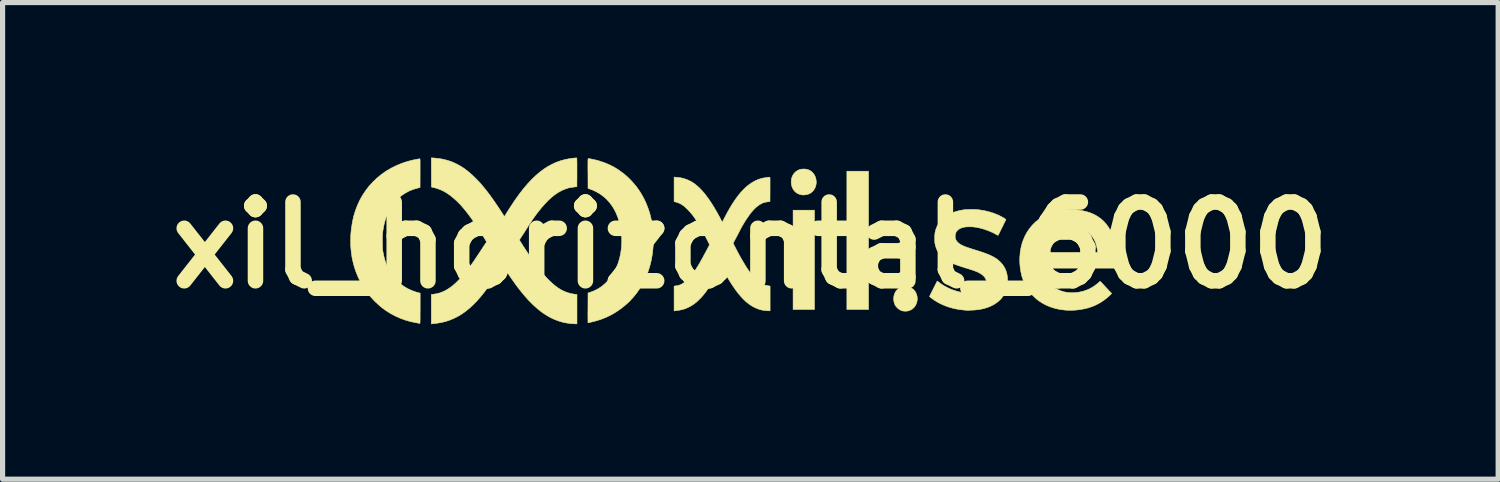
<source format=kicad_pcb>
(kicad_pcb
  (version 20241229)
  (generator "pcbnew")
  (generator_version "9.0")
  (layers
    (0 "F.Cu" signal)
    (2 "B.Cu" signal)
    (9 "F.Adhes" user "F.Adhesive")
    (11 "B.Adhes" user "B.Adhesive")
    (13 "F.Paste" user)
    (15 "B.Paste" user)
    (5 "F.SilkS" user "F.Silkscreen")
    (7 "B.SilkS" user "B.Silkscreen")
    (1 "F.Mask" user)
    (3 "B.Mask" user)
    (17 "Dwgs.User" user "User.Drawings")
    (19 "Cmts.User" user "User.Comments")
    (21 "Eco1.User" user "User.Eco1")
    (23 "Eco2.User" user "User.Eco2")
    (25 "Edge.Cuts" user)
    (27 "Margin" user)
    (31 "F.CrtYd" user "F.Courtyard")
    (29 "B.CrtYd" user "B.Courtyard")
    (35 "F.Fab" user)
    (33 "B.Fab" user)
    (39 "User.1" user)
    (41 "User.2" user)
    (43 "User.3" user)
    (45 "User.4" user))
  (footprint "xil_horizontal_6000"
    (layer "F.Cu")
    (at 11.474 1.695)
    (property "Reference" "xil_horizontal_6000" (at 0 0 0) (layer "F.SilkS") (effects (font (size 1.524 1.524) (thickness 0.3))))
    (attr through_hole)
    (fp_poly (pts (xy 1.24 1.245) (xy 0.826 1.245) (xy 0.826 -0.677) (xy 1.24 -0.677) (xy 1.24 1.245)) (stroke (width 0.01) (type solid)) (fill yes) (layer "F.SilkS"))
    (fp_poly (pts (xy 2.286 1.245) (xy 1.867 1.245) (xy 1.867 -1.431) (xy 2.286 -1.431) (xy 2.286 1.245)) (stroke (width 0.01) (type solid)) (fill yes) (layer "F.SilkS"))
    (fp_poly (pts (xy 3.021 0.801) (xy 3.059 0.807) (xy 3.096 0.82) (xy 3.13 0.838) (xy 3.161 0.863) (xy 3.186 0.893) (xy 3.202 0.92) (xy 3.219 0.961) (xy 3.228 1.004) (xy 3.23 1.046) (xy 3.225 1.087) (xy 3.214 1.127) (xy 3.197 1.163) (xy 3.175 1.196) (xy 3.147 1.225) (xy 3.115 1.248) (xy 3.078 1.265) (xy 3.055 1.272) (xy 3.027 1.277) (xy 2.995 1.278) (xy 2.965 1.276) (xy 2.942 1.272) (xy 2.909 1.26) (xy 2.88 1.244) (xy 2.852 1.222) (xy 2.843 1.213) (xy 2.819 1.187) (xy 2.802 1.162) (xy 2.79 1.135) (xy 2.781 1.107) (xy 2.773 1.061) (xy 2.773 1.017) (xy 2.78 0.973) (xy 2.793 0.933) (xy 2.813 0.896) (xy 2.838 0.865) (xy 2.87 0.839) (xy 2.905 0.819) (xy 2.943 0.807) (xy 2.982 0.8) (xy 3.021 0.801)) (stroke (width 0.01) (type solid)) (fill yes) (layer "F.SilkS"))
    (fp_poly (pts (xy 1.076 -1.471) (xy 1.117 -1.461) (xy 1.154 -1.444) (xy 1.188 -1.42) (xy 1.203 -1.406) (xy 1.23 -1.373) (xy 1.251 -1.335) (xy 1.265 -1.295) (xy 1.273 -1.253) (xy 1.275 -1.209) (xy 1.27 -1.167) (xy 1.258 -1.125) (xy 1.239 -1.087) (xy 1.215 -1.052) (xy 1.211 -1.048) (xy 1.196 -1.034) (xy 1.18 -1.02) (xy 1.166 -1.009) (xy 1.166 -1.009) (xy 1.133 -0.992) (xy 1.095 -0.98) (xy 1.055 -0.973) (xy 1.015 -0.971) (xy 0.99 -0.974) (xy 0.95 -0.984) (xy 0.91 -1.002) (xy 0.893 -1.012) (xy 0.862 -1.038) (xy 0.835 -1.07) (xy 0.815 -1.106) (xy 0.8 -1.145) (xy 0.792 -1.186) (xy 0.789 -1.228) (xy 0.793 -1.271) (xy 0.803 -1.312) (xy 0.82 -1.351) (xy 0.842 -1.385) (xy 0.873 -1.418) (xy 0.908 -1.443) (xy 0.946 -1.461) (xy 0.989 -1.471) (xy 1.031 -1.474) (xy 1.076 -1.471)) (stroke (width 0.01) (type solid)) (fill yes) (layer "F.SilkS"))
    (fp_poly (pts (xy -3.128 -1.675) (xy -3.112 -1.673) (xy -3.091 -1.669) (xy -3.066 -1.664) (xy -3.039 -1.658) (xy -3.011 -1.652) (xy -2.984 -1.646) (xy -2.96 -1.64) (xy -2.939 -1.634) (xy -2.932 -1.632) (xy -2.827 -1.597) (xy -2.727 -1.555) (xy -2.632 -1.506) (xy -2.541 -1.449) (xy -2.454 -1.385) (xy -2.372 -1.314) (xy -2.295 -1.237) (xy -2.222 -1.152) (xy -2.193 -1.115) (xy -2.13 -1.023) (xy -2.074 -0.927) (xy -2.024 -0.825) (xy -1.982 -0.719) (xy -1.946 -0.609) (xy -1.918 -0.494) (xy -1.896 -0.376) (xy -1.89 -0.33) (xy -1.887 -0.303) (xy -1.885 -0.269) (xy -1.883 -0.231) (xy -1.882 -0.188) (xy -1.881 -0.144) (xy -1.88 -0.099) (xy -1.88 -0.057) (xy -1.881 -0.017) (xy -1.882 0.018) (xy -1.884 0.045) (xy -1.897 0.168) (xy -1.918 0.288) (xy -1.946 0.403) (xy -1.981 0.514) (xy -2.023 0.621) (xy -2.073 0.723) (xy -2.129 0.821) (xy -2.192 0.914) (xy -2.262 1.002) (xy -2.338 1.085) (xy -2.341 1.088) (xy -2.421 1.161) (xy -2.506 1.229) (xy -2.596 1.291) (xy -2.689 1.346) (xy -2.786 1.394) (xy -2.886 1.434) (xy -2.968 1.46) (xy -2.982 1.464) (xy -3.001 1.469) (xy -3.023 1.475) (xy -3.047 1.481) (xy -3.071 1.487) (xy -3.095 1.492) (xy -3.115 1.497) (xy -3.131 1.5) (xy -3.141 1.502) (xy -3.144 1.503) (xy -3.144 1.499) (xy -3.144 1.487) (xy -3.144 1.468) (xy -3.144 1.442) (xy -3.145 1.411) (xy -3.145 1.375) (xy -3.145 1.335) (xy -3.145 1.291) (xy -3.144 1.243) (xy -3.144 1.215) (xy -3.143 0.926) (xy -3.094 0.91) (xy -3.02 0.881) (xy -2.949 0.845) (xy -2.882 0.801) (xy -2.82 0.75) (xy -2.762 0.693) (xy -2.709 0.629) (xy -2.661 0.56) (xy -2.618 0.484) (xy -2.597 0.441) (xy -2.561 0.35) (xy -2.532 0.255) (xy -2.511 0.157) (xy -2.497 0.056) (xy -2.491 -0.047) (xy -2.492 -0.153) (xy -2.5 -0.25) (xy -2.515 -0.348) (xy -2.536 -0.441) (xy -2.563 -0.529) (xy -2.596 -0.613) (xy -2.635 -0.691) (xy -2.679 -0.763) (xy -2.73 -0.829) (xy -2.785 -0.89) (xy -2.847 -0.944) (xy -2.913 -0.993) (xy -2.984 -1.034) (xy -3.06 -1.069) (xy -3.088 -1.079) (xy -3.143 -1.099) (xy -3.144 -1.388) (xy -3.145 -1.444) (xy -3.145 -1.493) (xy -3.145 -1.534) (xy -3.145 -1.569) (xy -3.145 -1.597) (xy -3.145 -1.62) (xy -3.144 -1.638) (xy -3.144 -1.652) (xy -3.143 -1.662) (xy -3.142 -1.669) (xy -3.141 -1.673) (xy -3.14 -1.675) (xy -3.139 -1.676) (xy -3.137 -1.676) (xy -3.128 -1.675)) (stroke (width 0.01) (type solid)) (fill yes) (layer "F.SilkS"))
    (fp_poly (pts (xy -6.398 -1.672) (xy -6.397 -1.67) (xy -6.396 -1.667) (xy -6.395 -1.662) (xy -6.394 -1.653) (xy -6.394 -1.641) (xy -6.393 -1.625) (xy -6.393 -1.604) (xy -6.393 -1.578) (xy -6.393 -1.546) (xy -6.393 -1.508) (xy -6.393 -1.462) (xy -6.393 -1.409) (xy -6.393 -1.394) (xy -6.394 -1.116) (xy -6.449 -1.102) (xy -6.531 -1.078) (xy -6.609 -1.046) (xy -6.681 -1.007) (xy -6.749 -0.962) (xy -6.812 -0.909) (xy -6.87 -0.85) (xy -6.922 -0.785) (xy -6.97 -0.713) (xy -7.01 -0.637) (xy -7.037 -0.575) (xy -7.061 -0.51) (xy -7.081 -0.44) (xy -7.098 -0.365) (xy -7.112 -0.283) (xy -7.117 -0.25) (xy -7.119 -0.229) (xy -7.121 -0.201) (xy -7.122 -0.168) (xy -7.123 -0.131) (xy -7.123 -0.092) (xy -7.123 -0.052) (xy -7.122 -0.013) (xy -7.121 0.024) (xy -7.12 0.058) (xy -7.118 0.086) (xy -7.116 0.107) (xy -7.115 0.109) (xy -7.097 0.206) (xy -7.072 0.297) (xy -7.042 0.383) (xy -7.004 0.463) (xy -6.961 0.538) (xy -6.911 0.608) (xy -6.854 0.673) (xy -6.839 0.688) (xy -6.777 0.745) (xy -6.711 0.795) (xy -6.641 0.837) (xy -6.567 0.873) (xy -6.487 0.902) (xy -6.455 0.912) (xy -6.392 0.929) (xy -6.392 1.222) (xy -6.392 1.271) (xy -6.393 1.318) (xy -6.393 1.361) (xy -6.393 1.4) (xy -6.393 1.435) (xy -6.394 1.464) (xy -6.394 1.487) (xy -6.395 1.504) (xy -6.395 1.513) (xy -6.396 1.515) (xy -6.401 1.514) (xy -6.412 1.512) (xy -6.43 1.509) (xy -6.451 1.505) (xy -6.469 1.502) (xy -6.577 1.48) (xy -6.68 1.45) (xy -6.779 1.414) (xy -6.876 1.371) (xy -6.97 1.32) (xy -6.981 1.313) (xy -7.054 1.267) (xy -7.123 1.217) (xy -7.189 1.162) (xy -7.255 1.101) (xy -7.275 1.082) (xy -7.352 0.999) (xy -7.422 0.91) (xy -7.486 0.817) (xy -7.544 0.718) (xy -7.594 0.616) (xy -7.637 0.509) (xy -7.673 0.399) (xy -7.701 0.285) (xy -7.711 0.237) (xy -7.726 0.13) (xy -7.736 0.018) (xy -7.738 -0.095) (xy -7.734 -0.21) (xy -7.723 -0.324) (xy -7.705 -0.437) (xy -7.682 -0.547) (xy -7.679 -0.559) (xy -7.646 -0.667) (xy -7.606 -0.772) (xy -7.56 -0.872) (xy -7.506 -0.968) (xy -7.445 -1.059) (xy -7.379 -1.145) (xy -7.305 -1.225) (xy -7.226 -1.3) (xy -7.141 -1.37) (xy -7.051 -1.433) (xy -6.955 -1.49) (xy -6.854 -1.54) (xy -6.787 -1.568) (xy -6.727 -1.591) (xy -6.663 -1.612) (xy -6.601 -1.63) (xy -6.579 -1.636) (xy -6.561 -1.64) (xy -6.539 -1.645) (xy -6.515 -1.651) (xy -6.489 -1.656) (xy -6.464 -1.661) (xy -6.441 -1.665) (xy -6.422 -1.669) (xy -6.407 -1.671) (xy -6.4 -1.672) (xy -6.398 -1.672)) (stroke (width 0.01) (type solid)) (fill yes) (layer "F.SilkS"))
    (fp_poly (pts (xy 6.232 -0.689) (xy 6.327 -0.682) (xy 6.418 -0.669) (xy 6.502 -0.65) (xy 6.581 -0.625) (xy 6.654 -0.593) (xy 6.721 -0.555) (xy 6.783 -0.511) (xy 6.839 -0.461) (xy 6.89 -0.404) (xy 6.935 -0.341) (xy 6.974 -0.271) (xy 6.978 -0.265) (xy 7.008 -0.197) (xy 7.033 -0.126) (xy 7.054 -0.049) (xy 7.07 0.033) (xy 7.082 0.122) (xy 7.083 0.133) (xy 7.084 0.151) (xy 7.085 0.173) (xy 7.086 0.201) (xy 7.087 0.231) (xy 7.088 0.264) (xy 7.088 0.297) (xy 7.088 0.329) (xy 7.088 0.359) (xy 7.087 0.386) (xy 7.087 0.407) (xy 7.086 0.423) (xy 7.085 0.431) (xy 7.082 0.445) (xy 5.634 0.445) (xy 5.637 0.456) (xy 5.642 0.475) (xy 5.65 0.499) (xy 5.659 0.525) (xy 5.669 0.552) (xy 5.678 0.576) (xy 5.687 0.596) (xy 5.689 0.6) (xy 5.724 0.661) (xy 5.766 0.717) (xy 5.813 0.766) (xy 5.866 0.81) (xy 5.923 0.846) (xy 5.986 0.876) (xy 6.052 0.899) (xy 6.083 0.906) (xy 6.152 0.917) (xy 6.224 0.921) (xy 6.297 0.918) (xy 6.371 0.908) (xy 6.443 0.891) (xy 6.513 0.867) (xy 6.56 0.847) (xy 6.613 0.818) (xy 6.667 0.783) (xy 6.717 0.744) (xy 6.751 0.714) (xy 6.762 0.705) (xy 6.77 0.7) (xy 6.773 0.701) (xy 6.776 0.705) (xy 6.785 0.714) (xy 6.798 0.728) (xy 6.815 0.746) (xy 6.835 0.767) (xy 6.857 0.791) (xy 6.873 0.809) (xy 6.897 0.834) (xy 6.919 0.858) (xy 6.939 0.879) (xy 6.956 0.897) (xy 6.969 0.912) (xy 6.978 0.921) (xy 6.981 0.924) (xy 6.991 0.936) (xy 6.964 0.964) (xy 6.905 1.017) (xy 6.841 1.067) (xy 6.771 1.113) (xy 6.698 1.152) (xy 6.628 1.183) (xy 6.548 1.211) (xy 6.463 1.232) (xy 6.374 1.248) (xy 6.284 1.258) (xy 6.193 1.261) (xy 6.103 1.258) (xy 6.09 1.257) (xy 5.995 1.245) (xy 5.904 1.226) (xy 5.817 1.199) (xy 5.734 1.166) (xy 5.656 1.125) (xy 5.582 1.078) (xy 5.568 1.067) (xy 5.545 1.049) (xy 5.519 1.026) (xy 5.491 0.999) (xy 5.463 0.972) (xy 5.438 0.945) (xy 5.418 0.921) (xy 5.413 0.916) (xy 5.368 0.852) (xy 5.327 0.782) (xy 5.292 0.708) (xy 5.263 0.631) (xy 5.251 0.59) (xy 5.232 0.503) (xy 5.219 0.414) (xy 5.213 0.323) (xy 5.214 0.232) (xy 5.222 0.142) (xy 5.222 0.14) (xy 5.627 0.14) (xy 6.718 0.14) (xy 6.718 0.128) (xy 6.718 0.119) (xy 6.716 0.104) (xy 6.714 0.085) (xy 6.712 0.074) (xy 6.698 0.007) (xy 6.678 -0.055) (xy 6.651 -0.112) (xy 6.617 -0.163) (xy 6.578 -0.208) (xy 6.532 -0.248) (xy 6.481 -0.282) (xy 6.423 -0.31) (xy 6.36 -0.331) (xy 6.298 -0.345) (xy 6.269 -0.349) (xy 6.235 -0.352) (xy 6.197 -0.353) (xy 6.159 -0.352) (xy 6.123 -0.35) (xy 6.091 -0.347) (xy 6.082 -0.346) (xy 6.015 -0.33) (xy 5.952 -0.308) (xy 5.893 -0.278) (xy 5.84 -0.242) (xy 5.792 -0.2) (xy 5.749 -0.151) (xy 5.711 -0.097) (xy 5.68 -0.037) (xy 5.654 0.029) (xy 5.635 0.099) (xy 5.631 0.121) (xy 5.627 0.14) (xy 5.222 0.14) (xy 5.236 0.053) (xy 5.257 -0.032) (xy 5.279 -0.095) (xy 5.313 -0.176) (xy 5.354 -0.251) (xy 5.402 -0.321) (xy 5.455 -0.386) (xy 5.514 -0.445) (xy 5.579 -0.498) (xy 5.648 -0.545) (xy 5.722 -0.586) (xy 5.801 -0.62) (xy 5.883 -0.648) (xy 5.969 -0.669) (xy 6.059 -0.682) (xy 6.152 -0.689) (xy 6.232 -0.689)) (stroke (width 0.01) (type solid)) (fill yes) (layer "F.SilkS"))
    (fp_poly (pts (xy 4.32 -0.691) (xy 4.362 -0.69) (xy 4.399 -0.687) (xy 4.426 -0.684) (xy 4.527 -0.668) (xy 4.622 -0.645) (xy 4.712 -0.617) (xy 4.798 -0.582) (xy 4.824 -0.569) (xy 4.849 -0.556) (xy 4.874 -0.543) (xy 4.897 -0.53) (xy 4.916 -0.518) (xy 4.931 -0.508) (xy 4.941 -0.5) (xy 4.945 -0.495) (xy 4.943 -0.491) (xy 4.938 -0.48) (xy 4.93 -0.463) (xy 4.919 -0.442) (xy 4.907 -0.418) (xy 4.894 -0.39) (xy 4.88 -0.361) (xy 4.865 -0.332) (xy 4.85 -0.302) (xy 4.837 -0.275) (xy 4.824 -0.249) (xy 4.813 -0.227) (xy 4.804 -0.209) (xy 4.797 -0.197) (xy 4.794 -0.191) (xy 4.794 -0.191) (xy 4.789 -0.191) (xy 4.78 -0.195) (xy 4.778 -0.196) (xy 4.699 -0.239) (xy 4.617 -0.275) (xy 4.532 -0.306) (xy 4.447 -0.33) (xy 4.364 -0.347) (xy 4.351 -0.349) (xy 4.32 -0.352) (xy 4.285 -0.355) (xy 4.248 -0.355) (xy 4.211 -0.355) (xy 4.177 -0.353) (xy 4.148 -0.35) (xy 4.142 -0.349) (xy 4.097 -0.338) (xy 4.057 -0.322) (xy 4.024 -0.301) (xy 3.998 -0.276) (xy 3.979 -0.247) (xy 3.967 -0.213) (xy 3.963 -0.176) (xy 3.963 -0.16) (xy 3.968 -0.128) (xy 3.98 -0.098) (xy 3.998 -0.071) (xy 4.023 -0.045) (xy 4.055 -0.021) (xy 4.095 0.002) (xy 4.143 0.024) (xy 4.158 0.029) (xy 4.177 0.037) (xy 4.202 0.045) (xy 4.232 0.055) (xy 4.264 0.066) (xy 4.298 0.077) (xy 4.324 0.085) (xy 4.398 0.108) (xy 4.464 0.129) (xy 4.523 0.149) (xy 4.576 0.169) (xy 4.623 0.188) (xy 4.665 0.208) (xy 4.703 0.227) (xy 4.737 0.247) (xy 4.768 0.267) (xy 4.796 0.289) (xy 4.822 0.312) (xy 4.848 0.338) (xy 4.848 0.338) (xy 4.888 0.386) (xy 4.921 0.438) (xy 4.946 0.494) (xy 4.964 0.555) (xy 4.975 0.619) (xy 4.978 0.686) (xy 4.975 0.755) (xy 4.963 0.821) (xy 4.945 0.883) (xy 4.919 0.941) (xy 4.885 0.995) (xy 4.844 1.045) (xy 4.831 1.059) (xy 4.779 1.104) (xy 4.721 1.144) (xy 4.657 1.178) (xy 4.587 1.206) (xy 4.512 1.229) (xy 4.431 1.245) (xy 4.345 1.255) (xy 4.265 1.259) (xy 4.238 1.26) (xy 4.213 1.26) (xy 4.191 1.26) (xy 4.174 1.26) (xy 4.164 1.259) (xy 4.163 1.259) (xy 4.118 1.254) (xy 4.079 1.25) (xy 4.046 1.246) (xy 4.016 1.241) (xy 3.988 1.236) (xy 3.96 1.23) (xy 3.931 1.224) (xy 3.906 1.217) (xy 3.831 1.196) (xy 3.758 1.169) (xy 3.688 1.138) (xy 3.622 1.104) (xy 3.56 1.066) (xy 3.506 1.026) (xy 3.482 1.007) (xy 3.466 0.993) (xy 3.541 0.843) (xy 3.616 0.694) (xy 3.625 0.701) (xy 3.688 0.748) (xy 3.75 0.788) (xy 3.813 0.822) (xy 3.879 0.852) (xy 3.951 0.878) (xy 3.952 0.878) (xy 4.02 0.899) (xy 4.088 0.914) (xy 4.156 0.925) (xy 4.222 0.93) (xy 4.284 0.931) (xy 4.343 0.927) (xy 4.396 0.917) (xy 4.415 0.912) (xy 4.456 0.896) (xy 4.492 0.875) (xy 4.521 0.85) (xy 4.544 0.82) (xy 4.56 0.787) (xy 4.567 0.758) (xy 4.57 0.718) (xy 4.564 0.681) (xy 4.551 0.646) (xy 4.529 0.613) (xy 4.499 0.583) (xy 4.461 0.555) (xy 4.417 0.53) (xy 4.4 0.522) (xy 4.382 0.514) (xy 4.362 0.506) (xy 4.339 0.497) (xy 4.312 0.487) (xy 4.28 0.477) (xy 4.243 0.465) (xy 4.199 0.451) (xy 4.165 0.441) (xy 4.112 0.424) (xy 4.065 0.409) (xy 4.025 0.396) (xy 3.991 0.384) (xy 3.96 0.372) (xy 3.932 0.361) (xy 3.906 0.35) (xy 3.881 0.339) (xy 3.871 0.334) (xy 3.807 0.299) (xy 3.751 0.261) (xy 3.702 0.219) (xy 3.661 0.173) (xy 3.627 0.124) (xy 3.616 0.102) (xy 3.603 0.074) (xy 3.591 0.04) (xy 3.58 0.005) (xy 3.573 -0.028) (xy 3.572 -0.03) (xy 3.569 -0.052) (xy 3.568 -0.081) (xy 3.567 -0.114) (xy 3.567 -0.148) (xy 3.568 -0.182) (xy 3.57 -0.213) (xy 3.573 -0.238) (xy 3.574 -0.247) (xy 3.591 -0.311) (xy 3.615 -0.37) (xy 3.646 -0.425) (xy 3.683 -0.475) (xy 3.728 -0.52) (xy 3.779 -0.56) (xy 3.837 -0.595) (xy 3.901 -0.625) (xy 3.972 -0.65) (xy 4.049 -0.67) (xy 4.125 -0.684) (xy 4.156 -0.688) (xy 4.193 -0.69) (xy 4.234 -0.691) (xy 4.277 -0.692) (xy 4.32 -0.691)) (stroke (width 0.01) (type solid)) (fill yes) (layer "F.SilkS"))
    (fp_poly (pts (xy -1.44 -1.315) (xy -1.382 -1.309) (xy -1.329 -1.3) (xy -1.28 -1.287) (xy -1.234 -1.271) (xy -1.188 -1.251) (xy -1.187 -1.251) (xy -1.145 -1.229) (xy -1.106 -1.205) (xy -1.068 -1.178) (xy -1.03 -1.147) (xy -0.991 -1.111) (xy -0.954 -1.074) (xy -0.907 -1.022) (xy -0.859 -0.962) (xy -0.809 -0.894) (xy -0.758 -0.819) (xy -0.705 -0.735) (xy -0.652 -0.644) (xy -0.598 -0.546) (xy -0.563 -0.479) (xy -0.545 -0.444) (xy -0.502 -0.528) (xy -0.447 -0.631) (xy -0.393 -0.727) (xy -0.339 -0.814) (xy -0.285 -0.894) (xy -0.232 -0.966) (xy -0.178 -1.03) (xy -0.124 -1.087) (xy -0.07 -1.138) (xy -0.014 -1.181) (xy 0.042 -1.218) (xy 0.099 -1.249) (xy 0.157 -1.274) (xy 0.217 -1.292) (xy 0.231 -1.296) (xy 0.246 -1.299) (xy 0.267 -1.302) (xy 0.29 -1.306) (xy 0.314 -1.31) (xy 0.337 -1.313) (xy 0.357 -1.315) (xy 0.37 -1.316) (xy 0.373 -1.317) (xy 0.375 -1.316) (xy 0.376 -1.315) (xy 0.378 -1.312) (xy 0.379 -1.306) (xy 0.379 -1.297) (xy 0.38 -1.285) (xy 0.38 -1.268) (xy 0.38 -1.247) (xy 0.38 -1.219) (xy 0.38 -1.186) (xy 0.38 -1.145) (xy 0.38 -1.097) (xy 0.38 -1.081) (xy 0.379 -0.845) (xy 0.335 -0.839) (xy 0.285 -0.831) (xy 0.24 -0.817) (xy 0.212 -0.804) (xy 0.175 -0.782) (xy 0.136 -0.754) (xy 0.096 -0.72) (xy 0.057 -0.68) (xy 0.019 -0.637) (xy 0.014 -0.631) (xy -0.014 -0.594) (xy -0.044 -0.552) (xy -0.076 -0.505) (xy -0.108 -0.455) (xy -0.139 -0.404) (xy -0.168 -0.354) (xy -0.194 -0.305) (xy -0.207 -0.28) (xy -0.217 -0.261) (xy -0.229 -0.237) (xy -0.243 -0.209) (xy -0.259 -0.18) (xy -0.275 -0.149) (xy -0.284 -0.133) (xy -0.335 -0.037) (xy -0.289 0.052) (xy -0.241 0.144) (xy -0.196 0.227) (xy -0.152 0.303) (xy -0.111 0.372) (xy -0.072 0.435) (xy -0.034 0.491) (xy 0.003 0.542) (xy 0.038 0.587) (xy 0.073 0.626) (xy 0.093 0.648) (xy 0.132 0.685) (xy 0.168 0.715) (xy 0.203 0.739) (xy 0.24 0.757) (xy 0.278 0.772) (xy 0.32 0.782) (xy 0.361 0.789) (xy 0.381 0.792) (xy 0.381 1.27) (xy 0.361 1.27) (xy 0.331 1.269) (xy 0.297 1.266) (xy 0.262 1.262) (xy 0.229 1.257) (xy 0.201 1.251) (xy 0.201 1.251) (xy 0.144 1.233) (xy 0.087 1.209) (xy 0.032 1.18) (xy -0.023 1.143) (xy -0.077 1.101) (xy -0.131 1.051) (xy -0.184 0.994) (xy -0.238 0.931) (xy -0.292 0.859) (xy -0.346 0.78) (xy -0.402 0.693) (xy -0.458 0.598) (xy -0.482 0.555) (xy -0.496 0.53) (xy -0.51 0.504) (xy -0.523 0.48) (xy -0.534 0.46) (xy -0.541 0.446) (xy -0.541 0.446) (xy -0.55 0.43) (xy -0.557 0.417) (xy -0.561 0.409) (xy -0.562 0.407) (xy -0.565 0.406) (xy -0.57 0.411) (xy -0.578 0.423) (xy -0.585 0.437) (xy -0.593 0.451) (xy -0.604 0.471) (xy -0.617 0.495) (xy -0.631 0.522) (xy -0.646 0.55) (xy -0.652 0.561) (xy -0.698 0.645) (xy -0.743 0.722) (xy -0.786 0.792) (xy -0.828 0.855) (xy -0.869 0.912) (xy -0.911 0.965) (xy -0.952 1.012) (xy -0.995 1.055) (xy -0.998 1.058) (xy -1.04 1.098) (xy -1.081 1.131) (xy -1.122 1.159) (xy -1.165 1.185) (xy -1.181 1.193) (xy -1.22 1.212) (xy -1.257 1.228) (xy -1.294 1.24) (xy -1.334 1.25) (xy -1.377 1.259) (xy -1.422 1.265) (xy -1.477 1.273) (xy -1.477 0.793) (xy -1.443 0.788) (xy -1.407 0.782) (xy -1.377 0.774) (xy -1.349 0.763) (xy -1.333 0.756) (xy -1.291 0.73) (xy -1.248 0.697) (xy -1.203 0.655) (xy -1.158 0.604) (xy -1.112 0.546) (xy -1.064 0.478) (xy -1.016 0.403) (xy -0.97 0.326) (xy -0.959 0.305) (xy -0.945 0.28) (xy -0.929 0.252) (xy -0.913 0.222) (xy -0.896 0.19) (xy -0.878 0.158) (xy -0.861 0.126) (xy -0.845 0.095) (xy -0.83 0.067) (xy -0.817 0.042) (xy -0.806 0.021) (xy -0.798 0.004) (xy -0.793 -0.006) (xy -0.792 -0.01) (xy -0.794 -0.015) (xy -0.799 -0.026) (xy -0.807 -0.043) (xy -0.818 -0.065) (xy -0.831 -0.09) (xy -0.845 -0.118) (xy -0.86 -0.147) (xy -0.875 -0.177) (xy -0.891 -0.207) (xy -0.906 -0.235) (xy -0.92 -0.261) (xy -0.932 -0.284) (xy -0.942 -0.303) (xy -0.943 -0.305) (xy -0.981 -0.371) (xy -1.016 -0.43) (xy -1.05 -0.483) (xy -1.082 -0.531) (xy -1.114 -0.575) (xy -1.146 -0.615) (xy -1.179 -0.652) (xy -1.212 -0.688) (xy -1.217 -0.692) (xy -1.255 -0.728) (xy -1.289 -0.758) (xy -1.323 -0.782) (xy -1.356 -0.801) (xy -1.39 -0.817) (xy -1.428 -0.83) (xy -1.436 -0.832) (xy -1.477 -0.844) (xy -1.477 -1.318) (xy -1.44 -1.315)) (stroke (width 0.01) (type solid)) (fill yes) (layer "F.SilkS"))
    (fp_poly (pts (xy -6.129 -1.687) (xy -6.036 -1.678) (xy -5.947 -1.663) (xy -5.862 -1.641) (xy -5.778 -1.613) (xy -5.698 -1.577) (xy -5.618 -1.534) (xy -5.54 -1.484) (xy -5.463 -1.426) (xy -5.386 -1.359) (xy -5.309 -1.285) (xy -5.308 -1.284) (xy -5.262 -1.236) (xy -5.216 -1.186) (xy -5.17 -1.131) (xy -5.123 -1.073) (xy -5.074 -1.01) (xy -5.024 -0.943) (xy -4.972 -0.87) (xy -4.917 -0.79) (xy -4.86 -0.705) (xy -4.799 -0.612) (xy -4.791 -0.599) (xy -4.78 -0.582) (xy -4.77 -0.568) (xy -4.764 -0.559) (xy -4.761 -0.555) (xy -4.761 -0.555) (xy -4.758 -0.559) (xy -4.752 -0.569) (xy -4.742 -0.584) (xy -4.731 -0.603) (xy -4.717 -0.626) (xy -4.71 -0.637) (xy -4.67 -0.7) (xy -4.628 -0.764) (xy -4.587 -0.827) (xy -4.546 -0.887) (xy -4.506 -0.943) (xy -4.47 -0.993) (xy -4.467 -0.997) (xy -4.39 -1.096) (xy -4.313 -1.186) (xy -4.236 -1.269) (xy -4.159 -1.343) (xy -4.081 -1.41) (xy -4.003 -1.469) (xy -3.923 -1.521) (xy -3.842 -1.565) (xy -3.76 -1.603) (xy -3.676 -1.633) (xy -3.589 -1.657) (xy -3.501 -1.674) (xy -3.436 -1.683) (xy -3.413 -1.685) (xy -3.393 -1.687) (xy -3.377 -1.688) (xy -3.367 -1.689) (xy -3.365 -1.689) (xy -3.363 -1.689) (xy -3.362 -1.688) (xy -3.361 -1.685) (xy -3.36 -1.68) (xy -3.359 -1.673) (xy -3.359 -1.662) (xy -3.358 -1.647) (xy -3.358 -1.628) (xy -3.357 -1.604) (xy -3.357 -1.574) (xy -3.357 -1.538) (xy -3.357 -1.494) (xy -3.357 -1.444) (xy -3.357 -1.41) (xy -3.357 -1.362) (xy -3.357 -1.317) (xy -3.357 -1.275) (xy -3.358 -1.237) (xy -3.358 -1.204) (xy -3.358 -1.176) (xy -3.358 -1.154) (xy -3.359 -1.139) (xy -3.359 -1.131) (xy -3.359 -1.13) (xy -3.372 -1.13) (xy -3.391 -1.128) (xy -3.415 -1.125) (xy -3.44 -1.121) (xy -3.466 -1.117) (xy -3.489 -1.113) (xy -3.509 -1.109) (xy -3.521 -1.107) (xy -3.588 -1.085) (xy -3.654 -1.057) (xy -3.72 -1.02) (xy -3.785 -0.976) (xy -3.851 -0.924) (xy -3.917 -0.863) (xy -3.922 -0.857) (xy -3.978 -0.799) (xy -4.035 -0.734) (xy -4.093 -0.663) (xy -4.151 -0.588) (xy -4.208 -0.508) (xy -4.262 -0.426) (xy -4.293 -0.379) (xy -4.306 -0.358) (xy -4.323 -0.332) (xy -4.342 -0.302) (xy -4.362 -0.27) (xy -4.383 -0.238) (xy -4.401 -0.21) (xy -4.419 -0.184) (xy -4.435 -0.159) (xy -4.448 -0.138) (xy -4.459 -0.121) (xy -4.467 -0.109) (xy -4.47 -0.102) (xy -4.47 -0.102) (xy -4.468 -0.096) (xy -4.462 -0.085) (xy -4.451 -0.068) (xy -4.438 -0.046) (xy -4.421 -0.02) (xy -4.403 0.01) (xy -4.382 0.041) (xy -4.36 0.075) (xy -4.337 0.11) (xy -4.314 0.145) (xy -4.291 0.179) (xy -4.269 0.213) (xy -4.247 0.245) (xy -4.228 0.274) (xy -4.21 0.299) (xy -4.195 0.32) (xy -4.131 0.407) (xy -4.068 0.488) (xy -4.008 0.56) (xy -3.95 0.626) (xy -3.894 0.684) (xy -3.838 0.736) (xy -3.784 0.782) (xy -3.731 0.822) (xy -3.678 0.856) (xy -3.637 0.878) (xy -3.574 0.906) (xy -3.512 0.927) (xy -3.448 0.942) (xy -3.403 0.949) (xy -3.357 0.954) (xy -3.357 1.524) (xy -3.375 1.524) (xy -3.386 1.524) (xy -3.403 1.523) (xy -3.425 1.521) (xy -3.447 1.52) (xy -3.449 1.52) (xy -3.539 1.51) (xy -3.627 1.493) (xy -3.712 1.468) (xy -3.797 1.436) (xy -3.88 1.396) (xy -3.962 1.348) (xy -4.043 1.293) (xy -4.123 1.229) (xy -4.203 1.157) (xy -4.283 1.077) (xy -4.305 1.054) (xy -4.361 0.991) (xy -4.418 0.923) (xy -4.477 0.849) (xy -4.537 0.77) (xy -4.598 0.684) (xy -4.662 0.592) (xy -4.728 0.492) (xy -4.782 0.409) (xy -4.795 0.389) (xy -4.845 0.466) (xy -4.876 0.514) (xy -4.908 0.562) (xy -4.94 0.61) (xy -4.971 0.657) (xy -5.001 0.701) (xy -5.028 0.742) (xy -5.053 0.777) (xy -5.068 0.799) (xy -5.142 0.899) (xy -5.215 0.99) (xy -5.288 1.074) (xy -5.362 1.15) (xy -5.435 1.218) (xy -5.51 1.279) (xy -5.585 1.332) (xy -5.662 1.379) (xy -5.74 1.418) (xy -5.82 1.451) (xy -5.902 1.478) (xy -5.986 1.498) (xy -6.073 1.512) (xy -6.102 1.516) (xy -6.122 1.518) (xy -6.141 1.52) (xy -6.156 1.522) (xy -6.161 1.522) (xy -6.176 1.525) (xy -6.176 0.954) (xy -6.13 0.949) (xy -6.072 0.94) (xy -6.014 0.925) (xy -5.958 0.904) (xy -5.901 0.877) (xy -5.844 0.843) (xy -5.787 0.803) (xy -5.73 0.756) (xy -5.672 0.702) (xy -5.613 0.641) (xy -5.553 0.573) (xy -5.491 0.497) (xy -5.428 0.413) (xy -5.362 0.322) (xy -5.359 0.318) (xy -5.348 0.302) (xy -5.334 0.28) (xy -5.316 0.253) (xy -5.295 0.222) (xy -5.273 0.189) (xy -5.25 0.154) (xy -5.226 0.118) (xy -5.213 0.098) (xy -5.106 -0.065) (xy -5.129 -0.102) (xy -5.198 -0.214) (xy -5.265 -0.319) (xy -5.33 -0.416) (xy -5.392 -0.506) (xy -5.452 -0.588) (xy -5.51 -0.663) (xy -5.566 -0.73) (xy -5.62 -0.791) (xy -5.673 -0.844) (xy -5.697 -0.867) (xy -5.762 -0.924) (xy -5.826 -0.974) (xy -5.888 -1.016) (xy -5.951 -1.051) (xy -6.014 -1.079) (xy -6.078 -1.101) (xy -6.123 -1.113) (xy -6.174 -1.125) (xy -6.175 -1.407) (xy -6.176 -1.69) (xy -6.129 -1.687)) (stroke (width 0.01) (type solid)) (fill yes) (layer "F.SilkS")))
  (gr_rect
    (start -3 -3)
    (end 25.947 6.225)
    (stroke (width 0.1) (type default))
    (fill no)
    (layer "Edge.Cuts")))
</source>
